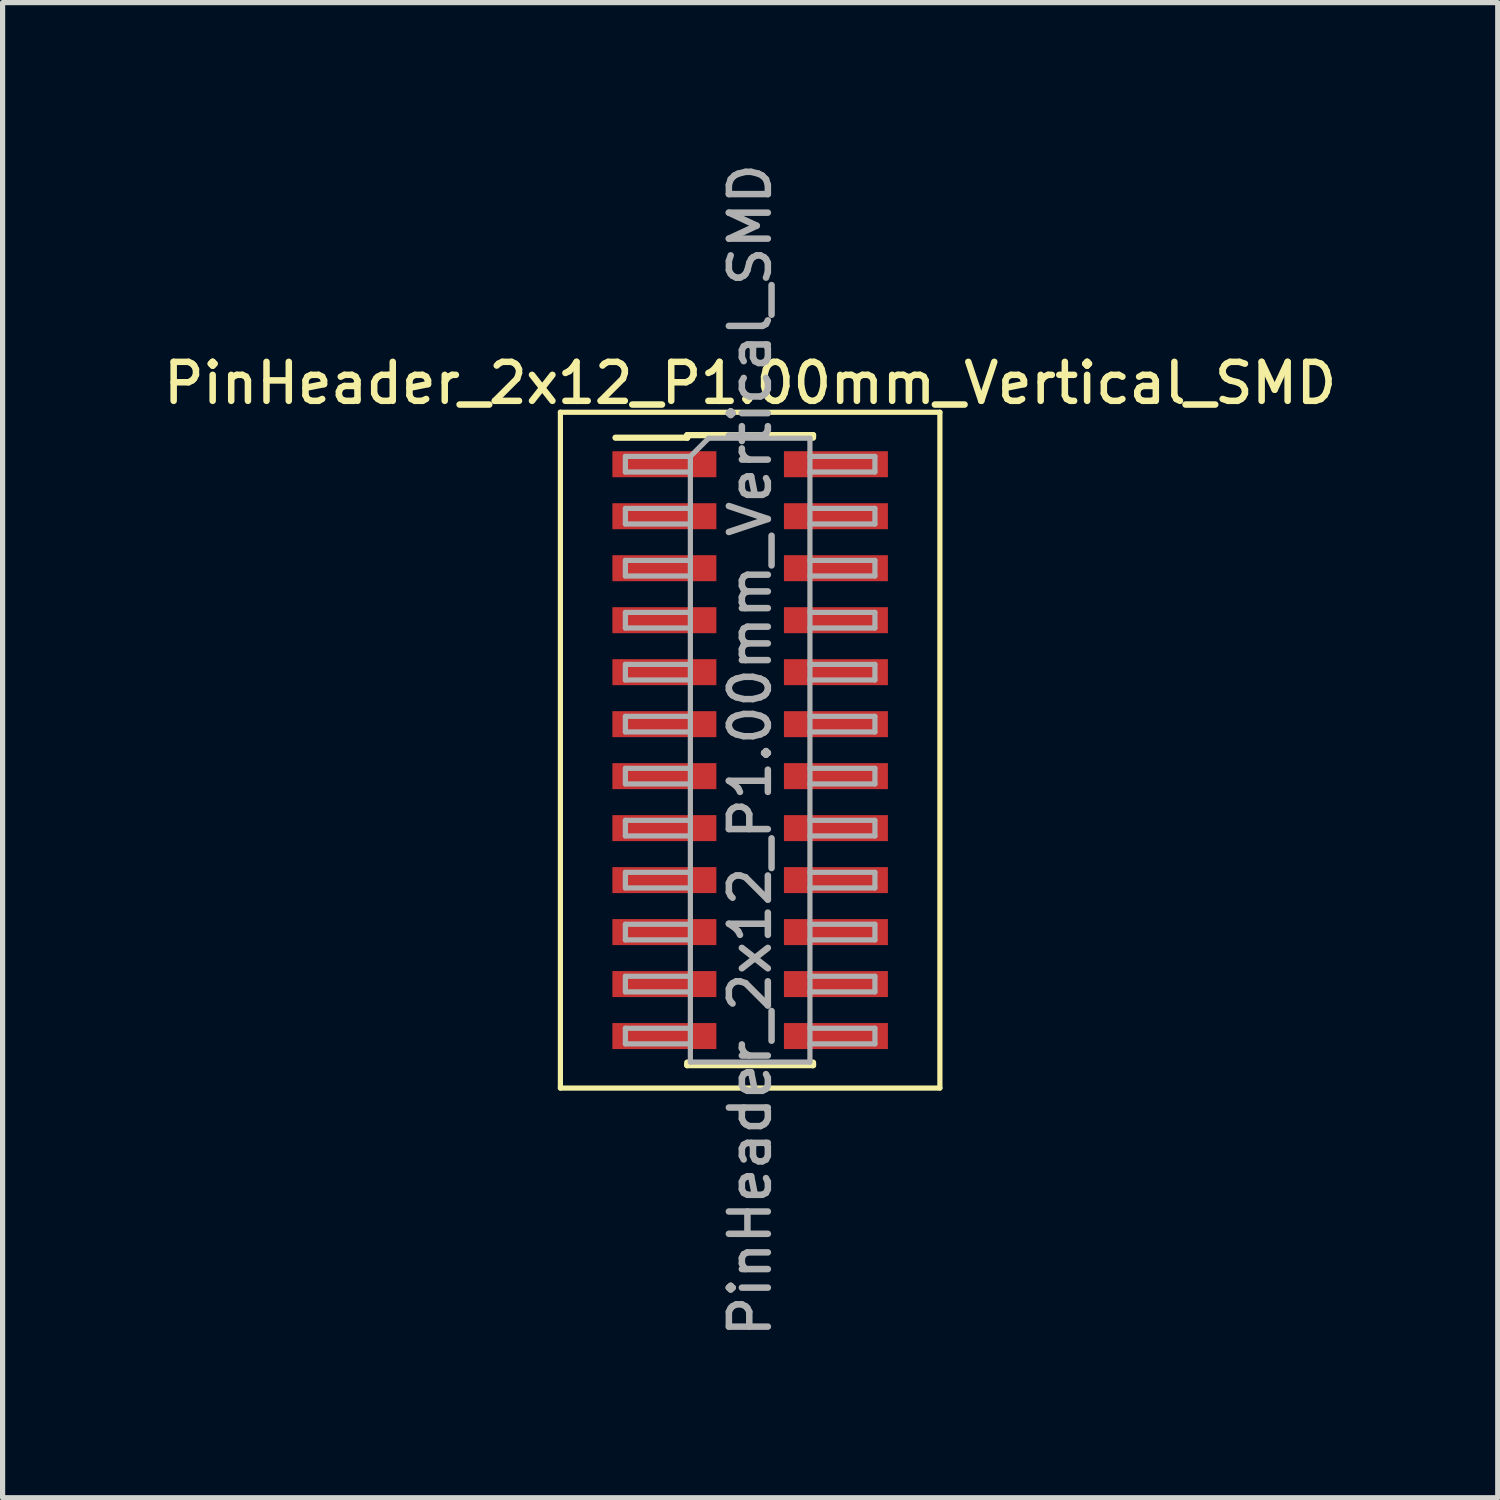
<source format=kicad_pcb>
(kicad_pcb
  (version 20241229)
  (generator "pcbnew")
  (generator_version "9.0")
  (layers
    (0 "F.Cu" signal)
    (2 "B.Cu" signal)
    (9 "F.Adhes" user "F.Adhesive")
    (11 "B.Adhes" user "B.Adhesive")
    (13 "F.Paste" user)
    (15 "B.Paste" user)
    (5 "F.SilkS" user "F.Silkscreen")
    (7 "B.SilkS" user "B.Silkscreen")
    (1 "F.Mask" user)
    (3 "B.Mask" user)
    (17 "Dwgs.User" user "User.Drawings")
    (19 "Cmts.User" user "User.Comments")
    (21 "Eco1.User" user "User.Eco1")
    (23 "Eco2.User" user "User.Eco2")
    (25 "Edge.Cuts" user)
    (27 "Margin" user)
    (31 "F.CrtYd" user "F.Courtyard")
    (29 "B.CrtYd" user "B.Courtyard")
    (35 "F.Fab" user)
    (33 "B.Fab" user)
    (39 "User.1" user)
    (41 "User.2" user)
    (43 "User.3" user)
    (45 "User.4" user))
  (footprint "PinHeader_2x12_P1.00mm_Vertical_SMD"
    (layer "F.Cu")
    (at 11.38 11.38)
    (property "Reference" "PinHeader_2x12_P1.00mm_Vertical_SMD" (at 0 -7.06 0) (layer "F.SilkS") (effects (font (size 0.75 0.75) (thickness 0.125))))
    (attr smd)
    (fp_line (start -3.65 -6.5) (end -3.65 6.5) (stroke (width 0.1) (type solid)) (layer "F.SilkS"))
    (fp_line (start -3.65 6.5) (end 3.65 6.5) (stroke (width 0.1) (type solid)) (layer "F.SilkS"))
    (fp_line (start -2.59 -6.01) (end -1.21 -6.01) (stroke (width 0.12) (type solid)) (layer "F.SilkS"))
    (fp_line (start -1.21 -6.06) (end -1.21 -6.01) (stroke (width 0.12) (type solid)) (layer "F.SilkS"))
    (fp_line (start -1.21 -6.06) (end 1.21 -6.06) (stroke (width 0.12) (type solid)) (layer "F.SilkS"))
    (fp_line (start -1.21 6.01) (end -1.21 6.06) (stroke (width 0.12) (type solid)) (layer "F.SilkS"))
    (fp_line (start -1.21 6.06) (end 1.21 6.06) (stroke (width 0.12) (type solid)) (layer "F.SilkS"))
    (fp_line (start 1.21 -6.06) (end 1.21 -6.01) (stroke (width 0.12) (type solid)) (layer "F.SilkS"))
    (fp_line (start 1.21 6.01) (end 1.21 6.06) (stroke (width 0.12) (type solid)) (layer "F.SilkS"))
    (fp_line (start 3.65 -6.5) (end -3.65 -6.5) (stroke (width 0.1) (type solid)) (layer "F.SilkS"))
    (fp_line (start 3.65 6.5) (end 3.65 -6.5) (stroke (width 0.1) (type solid)) (layer "F.SilkS"))
    (fp_line (start -2.4 -5.65) (end -2.4 -5.35) (stroke (width 0.1) (type solid)) (layer "F.Fab"))
    (fp_line (start -2.4 -5.35) (end -1.15 -5.35) (stroke (width 0.1) (type solid)) (layer "F.Fab"))
    (fp_line (start -2.4 -4.65) (end -2.4 -4.35) (stroke (width 0.1) (type solid)) (layer "F.Fab"))
    (fp_line (start -2.4 -4.35) (end -1.15 -4.35) (stroke (width 0.1) (type solid)) (layer "F.Fab"))
    (fp_line (start -2.4 -3.65) (end -2.4 -3.35) (stroke (width 0.1) (type solid)) (layer "F.Fab"))
    (fp_line (start -2.4 -3.35) (end -1.15 -3.35) (stroke (width 0.1) (type solid)) (layer "F.Fab"))
    (fp_line (start -2.4 -2.65) (end -2.4 -2.35) (stroke (width 0.1) (type solid)) (layer "F.Fab"))
    (fp_line (start -2.4 -2.35) (end -1.15 -2.35) (stroke (width 0.1) (type solid)) (layer "F.Fab"))
    (fp_line (start -2.4 -1.65) (end -2.4 -1.35) (stroke (width 0.1) (type solid)) (layer "F.Fab"))
    (fp_line (start -2.4 -1.35) (end -1.15 -1.35) (stroke (width 0.1) (type solid)) (layer "F.Fab"))
    (fp_line (start -2.4 -0.65) (end -2.4 -0.35) (stroke (width 0.1) (type solid)) (layer "F.Fab"))
    (fp_line (start -2.4 -0.35) (end -1.15 -0.35) (stroke (width 0.1) (type solid)) (layer "F.Fab"))
    (fp_line (start -2.4 0.35) (end -2.4 0.65) (stroke (width 0.1) (type solid)) (layer "F.Fab"))
    (fp_line (start -2.4 0.65) (end -1.15 0.65) (stroke (width 0.1) (type solid)) (layer "F.Fab"))
    (fp_line (start -2.4 1.35) (end -2.4 1.65) (stroke (width 0.1) (type solid)) (layer "F.Fab"))
    (fp_line (start -2.4 1.65) (end -1.15 1.65) (stroke (width 0.1) (type solid)) (layer "F.Fab"))
    (fp_line (start -2.4 2.35) (end -2.4 2.65) (stroke (width 0.1) (type solid)) (layer "F.Fab"))
    (fp_line (start -2.4 2.65) (end -1.15 2.65) (stroke (width 0.1) (type solid)) (layer "F.Fab"))
    (fp_line (start -2.4 3.35) (end -2.4 3.65) (stroke (width 0.1) (type solid)) (layer "F.Fab"))
    (fp_line (start -2.4 3.65) (end -1.15 3.65) (stroke (width 0.1) (type solid)) (layer "F.Fab"))
    (fp_line (start -2.4 4.35) (end -2.4 4.65) (stroke (width 0.1) (type solid)) (layer "F.Fab"))
    (fp_line (start -2.4 4.65) (end -1.15 4.65) (stroke (width 0.1) (type solid)) (layer "F.Fab"))
    (fp_line (start -2.4 5.35) (end -2.4 5.65) (stroke (width 0.1) (type solid)) (layer "F.Fab"))
    (fp_line (start -2.4 5.65) (end -1.15 5.65) (stroke (width 0.1) (type solid)) (layer "F.Fab"))
    (fp_line (start -1.15 -5.65) (end -2.4 -5.65) (stroke (width 0.1) (type solid)) (layer "F.Fab"))
    (fp_line (start -1.15 -5.65) (end -0.8 -6) (stroke (width 0.1) (type solid)) (layer "F.Fab"))
    (fp_line (start -1.15 -4.65) (end -2.4 -4.65) (stroke (width 0.1) (type solid)) (layer "F.Fab"))
    (fp_line (start -1.15 -3.65) (end -2.4 -3.65) (stroke (width 0.1) (type solid)) (layer "F.Fab"))
    (fp_line (start -1.15 -2.65) (end -2.4 -2.65) (stroke (width 0.1) (type solid)) (layer "F.Fab"))
    (fp_line (start -1.15 -1.65) (end -2.4 -1.65) (stroke (width 0.1) (type solid)) (layer "F.Fab"))
    (fp_line (start -1.15 -0.65) (end -2.4 -0.65) (stroke (width 0.1) (type solid)) (layer "F.Fab"))
    (fp_line (start -1.15 0.35) (end -2.4 0.35) (stroke (width 0.1) (type solid)) (layer "F.Fab"))
    (fp_line (start -1.15 1.35) (end -2.4 1.35) (stroke (width 0.1) (type solid)) (layer "F.Fab"))
    (fp_line (start -1.15 2.35) (end -2.4 2.35) (stroke (width 0.1) (type solid)) (layer "F.Fab"))
    (fp_line (start -1.15 3.35) (end -2.4 3.35) (stroke (width 0.1) (type solid)) (layer "F.Fab"))
    (fp_line (start -1.15 4.35) (end -2.4 4.35) (stroke (width 0.1) (type solid)) (layer "F.Fab"))
    (fp_line (start -1.15 5.35) (end -2.4 5.35) (stroke (width 0.1) (type solid)) (layer "F.Fab"))
    (fp_line (start -1.15 6) (end -1.15 -5.65) (stroke (width 0.1) (type solid)) (layer "F.Fab"))
    (fp_line (start -0.8 -6) (end 1.15 -6) (stroke (width 0.1) (type solid)) (layer "F.Fab"))
    (fp_line (start 1.15 -6) (end 1.15 6) (stroke (width 0.1) (type solid)) (layer "F.Fab"))
    (fp_line (start 1.15 -5.65) (end 2.4 -5.65) (stroke (width 0.1) (type solid)) (layer "F.Fab"))
    (fp_line (start 1.15 -4.65) (end 2.4 -4.65) (stroke (width 0.1) (type solid)) (layer "F.Fab"))
    (fp_line (start 1.15 -3.65) (end 2.4 -3.65) (stroke (width 0.1) (type solid)) (layer "F.Fab"))
    (fp_line (start 1.15 -2.65) (end 2.4 -2.65) (stroke (width 0.1) (type solid)) (layer "F.Fab"))
    (fp_line (start 1.15 -1.65) (end 2.4 -1.65) (stroke (width 0.1) (type solid)) (layer "F.Fab"))
    (fp_line (start 1.15 -0.65) (end 2.4 -0.65) (stroke (width 0.1) (type solid)) (layer "F.Fab"))
    (fp_line (start 1.15 0.35) (end 2.4 0.35) (stroke (width 0.1) (type solid)) (layer "F.Fab"))
    (fp_line (start 1.15 1.35) (end 2.4 1.35) (stroke (width 0.1) (type solid)) (layer "F.Fab"))
    (fp_line (start 1.15 2.35) (end 2.4 2.35) (stroke (width 0.1) (type solid)) (layer "F.Fab"))
    (fp_line (start 1.15 3.35) (end 2.4 3.35) (stroke (width 0.1) (type solid)) (layer "F.Fab"))
    (fp_line (start 1.15 4.35) (end 2.4 4.35) (stroke (width 0.1) (type solid)) (layer "F.Fab"))
    (fp_line (start 1.15 5.35) (end 2.4 5.35) (stroke (width 0.1) (type solid)) (layer "F.Fab"))
    (fp_line (start 1.15 6) (end -1.15 6) (stroke (width 0.1) (type solid)) (layer "F.Fab"))
    (fp_line (start 2.4 -5.65) (end 2.4 -5.35) (stroke (width 0.1) (type solid)) (layer "F.Fab"))
    (fp_line (start 2.4 -5.35) (end 1.15 -5.35) (stroke (width 0.1) (type solid)) (layer "F.Fab"))
    (fp_line (start 2.4 -4.65) (end 2.4 -4.35) (stroke (width 0.1) (type solid)) (layer "F.Fab"))
    (fp_line (start 2.4 -4.35) (end 1.15 -4.35) (stroke (width 0.1) (type solid)) (layer "F.Fab"))
    (fp_line (start 2.4 -3.65) (end 2.4 -3.35) (stroke (width 0.1) (type solid)) (layer "F.Fab"))
    (fp_line (start 2.4 -3.35) (end 1.15 -3.35) (stroke (width 0.1) (type solid)) (layer "F.Fab"))
    (fp_line (start 2.4 -2.65) (end 2.4 -2.35) (stroke (width 0.1) (type solid)) (layer "F.Fab"))
    (fp_line (start 2.4 -2.35) (end 1.15 -2.35) (stroke (width 0.1) (type solid)) (layer "F.Fab"))
    (fp_line (start 2.4 -1.65) (end 2.4 -1.35) (stroke (width 0.1) (type solid)) (layer "F.Fab"))
    (fp_line (start 2.4 -1.35) (end 1.15 -1.35) (stroke (width 0.1) (type solid)) (layer "F.Fab"))
    (fp_line (start 2.4 -0.65) (end 2.4 -0.35) (stroke (width 0.1) (type solid)) (layer "F.Fab"))
    (fp_line (start 2.4 -0.35) (end 1.15 -0.35) (stroke (width 0.1) (type solid)) (layer "F.Fab"))
    (fp_line (start 2.4 0.35) (end 2.4 0.65) (stroke (width 0.1) (type solid)) (layer "F.Fab"))
    (fp_line (start 2.4 0.65) (end 1.15 0.65) (stroke (width 0.1) (type solid)) (layer "F.Fab"))
    (fp_line (start 2.4 1.35) (end 2.4 1.65) (stroke (width 0.1) (type solid)) (layer "F.Fab"))
    (fp_line (start 2.4 1.65) (end 1.15 1.65) (stroke (width 0.1) (type solid)) (layer "F.Fab"))
    (fp_line (start 2.4 2.35) (end 2.4 2.65) (stroke (width 0.1) (type solid)) (layer "F.Fab"))
    (fp_line (start 2.4 2.65) (end 1.15 2.65) (stroke (width 0.1) (type solid)) (layer "F.Fab"))
    (fp_line (start 2.4 3.35) (end 2.4 3.65) (stroke (width 0.1) (type solid)) (layer "F.Fab"))
    (fp_line (start 2.4 3.65) (end 1.15 3.65) (stroke (width 0.1) (type solid)) (layer "F.Fab"))
    (fp_line (start 2.4 4.35) (end 2.4 4.65) (stroke (width 0.1) (type solid)) (layer "F.Fab"))
    (fp_line (start 2.4 4.65) (end 1.15 4.65) (stroke (width 0.1) (type solid)) (layer "F.Fab"))
    (fp_line (start 2.4 5.35) (end 2.4 5.65) (stroke (width 0.1) (type solid)) (layer "F.Fab"))
    (fp_line (start 2.4 5.65) (end 1.15 5.65) (stroke (width 0.1) (type solid)) (layer "F.Fab"))
    (fp_text user "${REFERENCE}" (at 0 0 90) (layer "F.Fab") (effects (font (size 0.75 0.75) (thickness 0.125))))
    (pad "1" smd rect (at -1.65 -5.5) (size 2 0.5) (layers "F.Cu" "F.Mask" "F.Paste"))
    (pad "2" smd rect (at 1.65 -5.5) (size 2 0.5) (layers "F.Cu" "F.Mask" "F.Paste"))
    (pad "3" smd rect (at -1.65 -4.5) (size 2 0.5) (layers "F.Cu" "F.Mask" "F.Paste"))
    (pad "4" smd rect (at 1.65 -4.5) (size 2 0.5) (layers "F.Cu" "F.Mask" "F.Paste"))
    (pad "5" smd rect (at -1.65 -3.5) (size 2 0.5) (layers "F.Cu" "F.Mask" "F.Paste"))
    (pad "6" smd rect (at 1.65 -3.5) (size 2 0.5) (layers "F.Cu" "F.Mask" "F.Paste"))
    (pad "7" smd rect (at -1.65 -2.5) (size 2 0.5) (layers "F.Cu" "F.Mask" "F.Paste"))
    (pad "8" smd rect (at 1.65 -2.5) (size 2 0.5) (layers "F.Cu" "F.Mask" "F.Paste"))
    (pad "9" smd rect (at -1.65 -1.5) (size 2 0.5) (layers "F.Cu" "F.Mask" "F.Paste"))
    (pad "10" smd rect (at 1.65 -1.5) (size 2 0.5) (layers "F.Cu" "F.Mask" "F.Paste"))
    (pad "11" smd rect (at -1.65 -0.5) (size 2 0.5) (layers "F.Cu" "F.Mask" "F.Paste"))
    (pad "12" smd rect (at 1.65 -0.5) (size 2 0.5) (layers "F.Cu" "F.Mask" "F.Paste"))
    (pad "13" smd rect (at -1.65 0.5) (size 2 0.5) (layers "F.Cu" "F.Mask" "F.Paste"))
    (pad "14" smd rect (at 1.65 0.5) (size 2 0.5) (layers "F.Cu" "F.Mask" "F.Paste"))
    (pad "15" smd rect (at -1.65 1.5) (size 2 0.5) (layers "F.Cu" "F.Mask" "F.Paste"))
    (pad "16" smd rect (at 1.65 1.5) (size 2 0.5) (layers "F.Cu" "F.Mask" "F.Paste"))
    (pad "17" smd rect (at -1.65 2.5) (size 2 0.5) (layers "F.Cu" "F.Mask" "F.Paste"))
    (pad "18" smd rect (at 1.65 2.5) (size 2 0.5) (layers "F.Cu" "F.Mask" "F.Paste"))
    (pad "19" smd rect (at -1.65 3.5) (size 2 0.5) (layers "F.Cu" "F.Mask" "F.Paste"))
    (pad "20" smd rect (at 1.65 3.5) (size 2 0.5) (layers "F.Cu" "F.Mask" "F.Paste"))
    (pad "21" smd rect (at -1.65 4.5) (size 2 0.5) (layers "F.Cu" "F.Mask" "F.Paste"))
    (pad "22" smd rect (at 1.65 4.5) (size 2 0.5) (layers "F.Cu" "F.Mask" "F.Paste"))
    (pad "23" smd rect (at -1.65 5.5) (size 2 0.5) (layers "F.Cu" "F.Mask" "F.Paste"))
    (pad "24" smd rect (at 1.65 5.5) (size 2 0.5) (layers "F.Cu" "F.Mask" "F.Paste")))
  (gr_rect
    (start -3 -3)
    (end 25.761 25.761)
    (stroke (width 0.1) (type default))
    (fill no)
    (layer "Edge.Cuts")))
</source>
